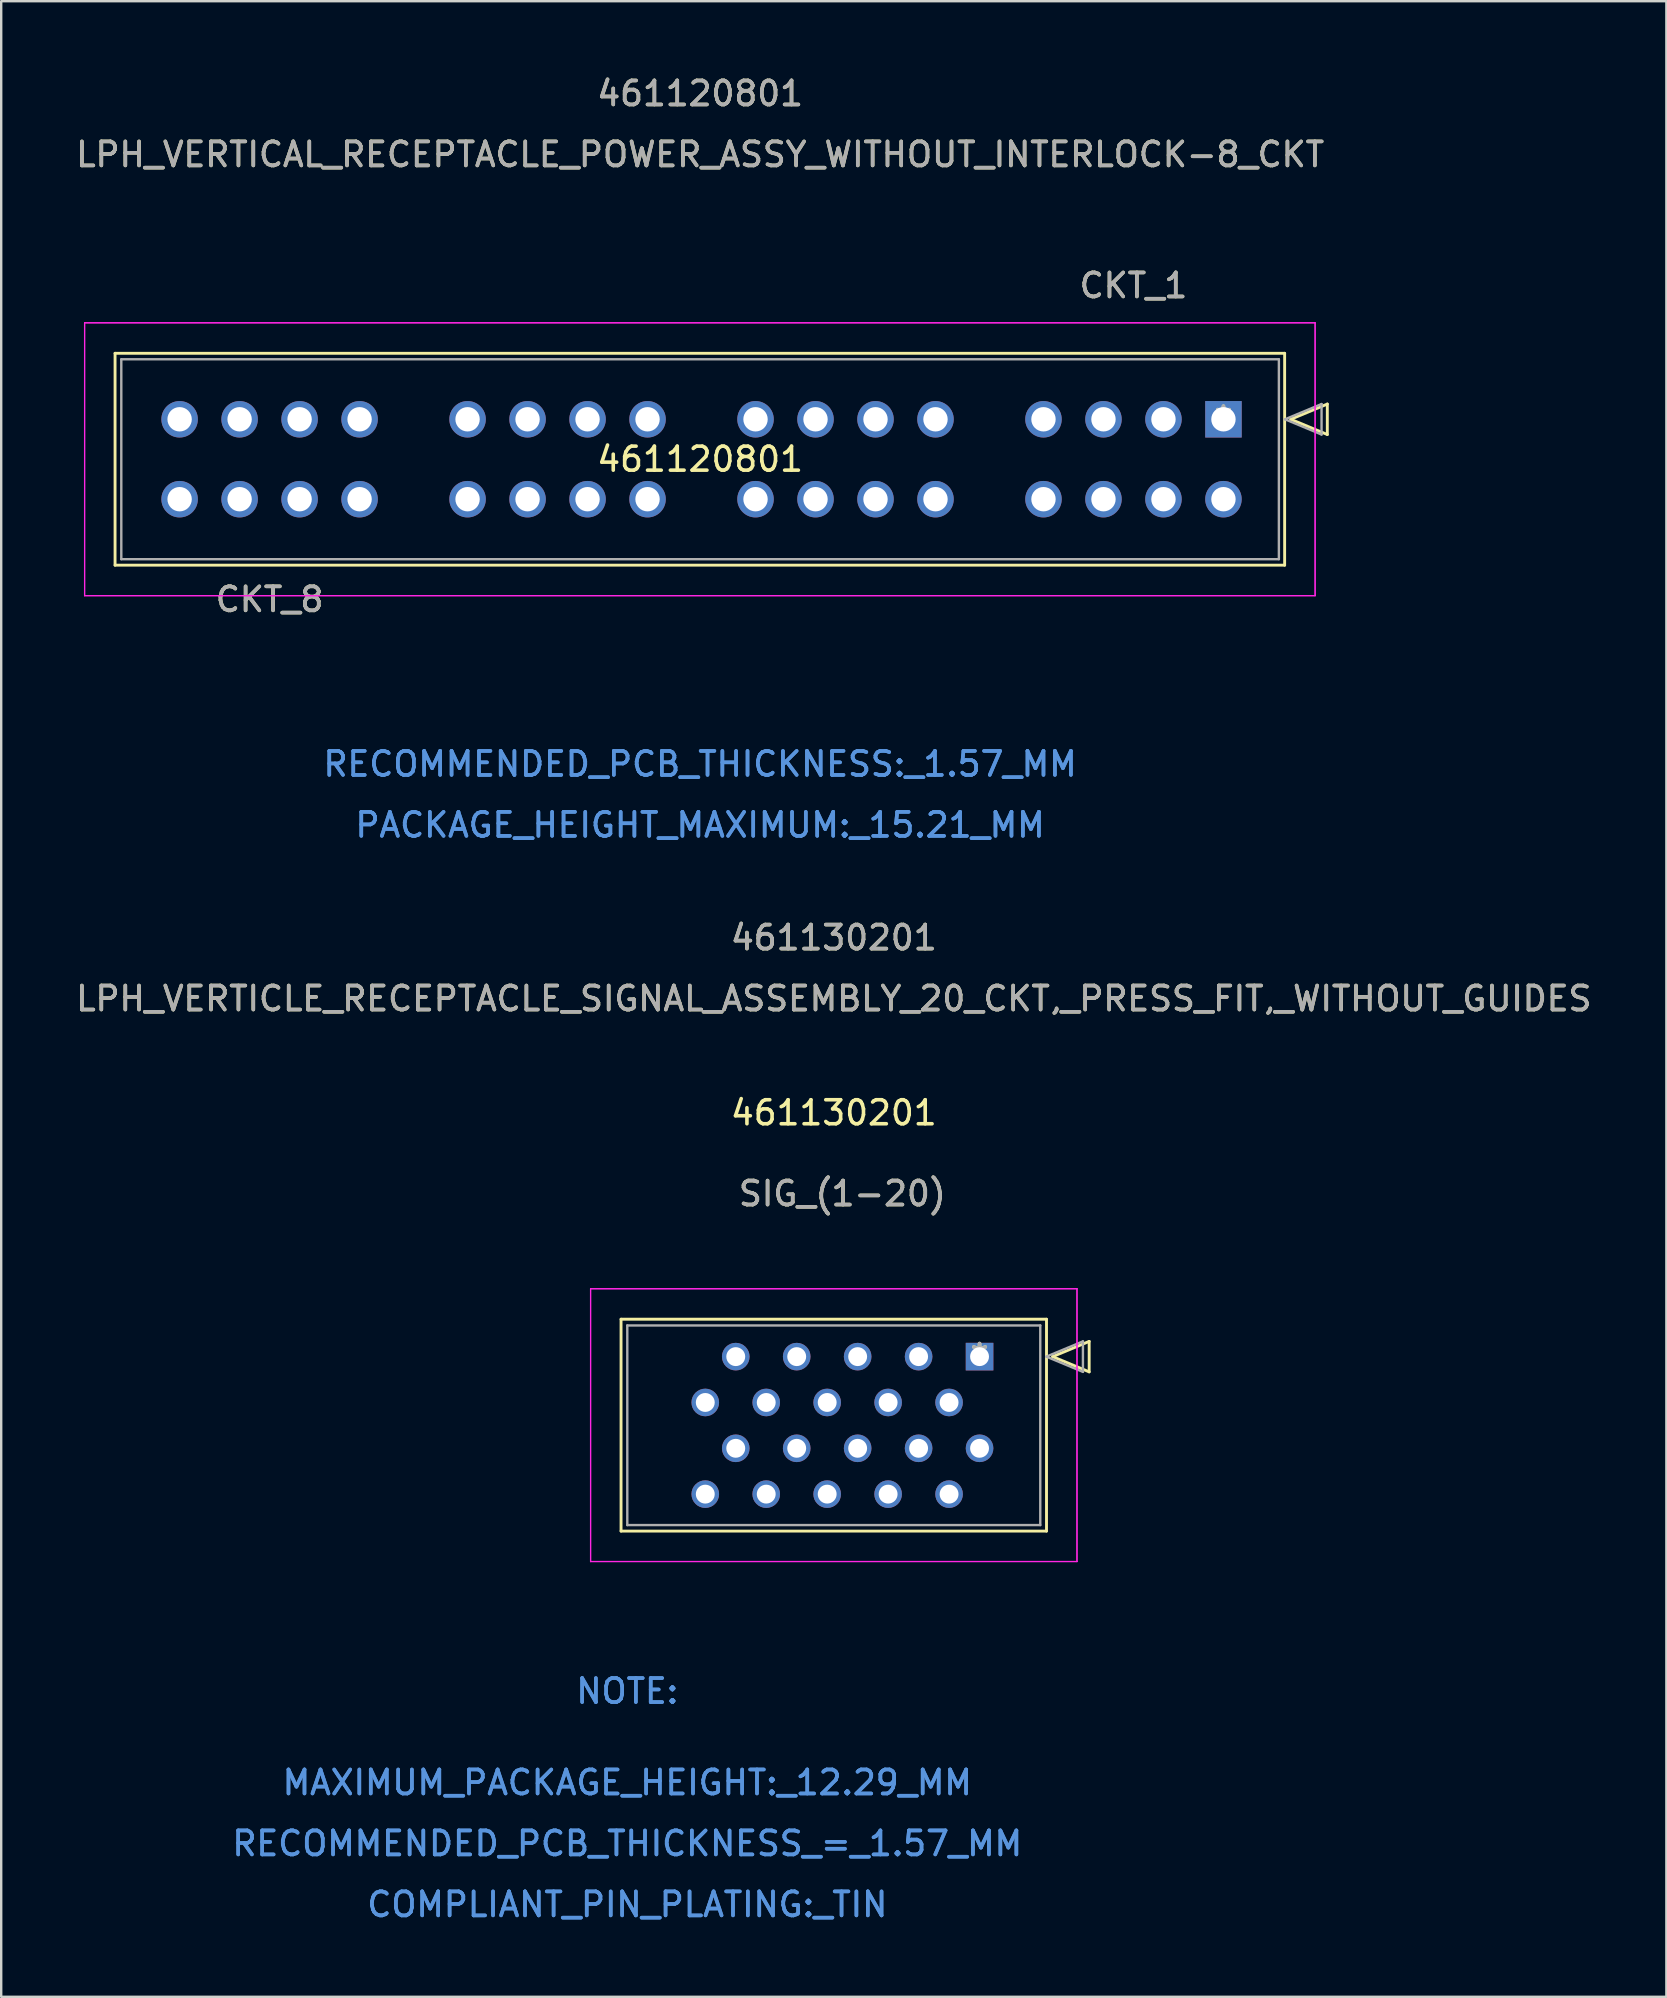
<source format=kicad_pcb>
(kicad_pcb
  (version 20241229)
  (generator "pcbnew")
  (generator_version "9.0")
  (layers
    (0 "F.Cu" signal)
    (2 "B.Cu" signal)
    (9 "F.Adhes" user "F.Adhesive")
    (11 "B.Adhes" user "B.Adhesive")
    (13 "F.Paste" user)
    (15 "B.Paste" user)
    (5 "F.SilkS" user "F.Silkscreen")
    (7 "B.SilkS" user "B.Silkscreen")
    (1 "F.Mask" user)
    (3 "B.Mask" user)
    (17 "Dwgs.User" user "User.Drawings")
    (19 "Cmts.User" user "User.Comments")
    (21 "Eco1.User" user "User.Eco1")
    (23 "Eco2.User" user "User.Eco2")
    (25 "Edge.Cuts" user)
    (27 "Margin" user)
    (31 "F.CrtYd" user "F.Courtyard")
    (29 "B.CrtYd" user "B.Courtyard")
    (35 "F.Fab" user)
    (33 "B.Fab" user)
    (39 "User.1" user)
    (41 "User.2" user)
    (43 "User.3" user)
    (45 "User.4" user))
  (footprint "461130201"
    (layer "F.Cu")
    (at 37.771 53.485)
    (property "Reference" "461130201" (at -6.075 -10.16 0) (layer "F.SilkS") (effects (font (size 1 1) (thickness 0.15))))
    (attr through_hole)
    (fp_line (start -14.94 -1.56) (end -14.94 7.27) (stroke (width 0.12) (type solid)) (layer "F.SilkS"))
    (fp_line (start -14.94 7.27) (end 2.79 7.27) (stroke (width 0.12) (type solid)) (layer "F.SilkS"))
    (fp_line (start 2.79 -1.56) (end -14.94 -1.56) (stroke (width 0.12) (type solid)) (layer "F.SilkS"))
    (fp_line (start 2.79 7.27) (end 2.79 -1.56) (stroke (width 0.12) (type solid)) (layer "F.SilkS"))
    (fp_line (start 3.044 0) (end 4.568 -0.635) (stroke (width 0.12) (type solid)) (layer "F.SilkS"))
    (fp_line (start 4.568 -0.635) (end 4.568 0.635) (stroke (width 0.12) (type solid)) (layer "F.SilkS"))
    (fp_line (start 4.568 0.635) (end 3.044 0) (stroke (width 0.12) (type solid)) (layer "F.SilkS"))
    (fp_line (start -16.21 -2.83) (end -16.21 8.54) (stroke (width 0.05) (type solid)) (layer "F.CrtYd"))
    (fp_line (start -16.21 -2.83) (end -16.21 8.54) (stroke (width 0.05) (type solid)) (layer "F.CrtYd"))
    (fp_line (start -16.21 8.54) (end 4.06 8.54) (stroke (width 0.05) (type solid)) (layer "F.CrtYd"))
    (fp_line (start -16.21 8.54) (end 4.06 8.54) (stroke (width 0.05) (type solid)) (layer "F.CrtYd"))
    (fp_line (start 4.06 -2.83) (end -16.21 -2.83) (stroke (width 0.05) (type solid)) (layer "F.CrtYd"))
    (fp_line (start 4.06 -2.83) (end -16.21 -2.83) (stroke (width 0.05) (type solid)) (layer "F.CrtYd"))
    (fp_line (start 4.06 8.54) (end 4.06 -2.83) (stroke (width 0.05) (type solid)) (layer "F.CrtYd"))
    (fp_line (start 4.06 8.54) (end 4.06 -2.83) (stroke (width 0.05) (type solid)) (layer "F.CrtYd"))
    (fp_line (start -14.68 -1.3) (end -14.68 7.02) (stroke (width 0.1) (type solid)) (layer "F.Fab"))
    (fp_line (start -14.68 7.02) (end 2.53 7.02) (stroke (width 0.1) (type solid)) (layer "F.Fab"))
    (fp_line (start 2.53 -1.3) (end -14.68 -1.3) (stroke (width 0.1) (type solid)) (layer "F.Fab"))
    (fp_line (start 2.53 7.02) (end 2.53 -1.3) (stroke (width 0.1) (type solid)) (layer "F.Fab"))
    (fp_line (start 2.784 0) (end 4.308 -0.635) (stroke (width 0.1) (type solid)) (layer "F.Fab"))
    (fp_line (start 4.308 -0.635) (end 4.308 0.635) (stroke (width 0.1) (type solid)) (layer "F.Fab"))
    (fp_line (start 4.308 0.635) (end 2.784 0) (stroke (width 0.1) (type solid)) (layer "F.Fab"))
    (fp_text user "SIG_(1-20)" (at -5.715 -6.792 0) (layer "F.SilkS") (effects (font (size 1 1) (thickness 0.15))))
    (fp_text user "LPH_VERTICLE_RECEPTACLE_SIGNAL_ASSEMBLY_20_CKT,_PRESS_FIT,_WITHOUT_GUIDES" (at -6.075 -14.92 0) (layer "F.SilkS") (effects (font (size 1 1) (thickness 0.15))))
    (fp_text user "*" (at 0 0 0) (layer "F.SilkS") (effects (font (size 1 1) (thickness 0.15))))
    (fp_text user "461130201" (at -6.075 -17.46 0) (layer "F.SilkS") (effects (font (size 1 1) (thickness 0.15))))
    (fp_text user "RECOMMENDED_PCB_THICKNESS_=_1.57_MM" (at -14.68 20.29 0) (layer "Cmts.User") (effects (font (size 1 1) (thickness 0.15))))
    (fp_text user "MAXIMUM_PACKAGE_HEIGHT:_12.29_MM" (at -14.68 17.75 0) (layer "Cmts.User") (effects (font (size 1 1) (thickness 0.15))))
    (fp_text user "COMPLIANT_PIN_PLATING:_TIN" (at -14.68 22.83 0) (layer "Cmts.User") (effects (font (size 1 1) (thickness 0.15))))
    (fp_text user "COMPLIANT_PIN_PLATING:_TIN" (at -14.68 22.83 0) (layer "Cmts.User") (effects (font (size 1 1) (thickness 0.15))))
    (fp_text user "NOTE:" (at -14.68 13.94 0) (layer "Cmts.User") (effects (font (size 1 1) (thickness 0.15))))
    (fp_text user "NOTE:" (at -14.68 13.94 0) (layer "Cmts.User") (effects (font (size 1 1) (thickness 0.15))))
    (fp_text user "MAXIMUM_PACKAGE_HEIGHT:_12.29_MM" (at -14.68 17.75 0) (layer "Cmts.User") (effects (font (size 1 1) (thickness 0.15))))
    (fp_text user "Copyright 2021 Accelerated Designs. All rights reserved." (at 0 0 0) (layer "Cmts.User") (effects (font (size 0.127 0.127) (thickness 0.002))))
    (fp_text user "RECOMMENDED_PCB_THICKNESS_=_1.57_MM" (at -14.68 20.29 0) (layer "Cmts.User") (effects (font (size 1 1) (thickness 0.15))))
    (fp_text user "SIG_(1-20)" (at -5.715 -6.792 0) (layer "F.Fab") (effects (font (size 1 1) (thickness 0.15))))
    (fp_text user "*" (at 0 0 0) (layer "F.Fab") (effects (font (size 1 1) (thickness 0.15))))
    (fp_text user "LPH_VERTICLE_RECEPTACLE_SIGNAL_ASSEMBLY_20_CKT,_PRESS_FIT,_WITHOUT_GUIDES" (at -6.075 -14.92 0) (layer "F.Fab") (effects (font (size 1 1) (thickness 0.15))))
    (fp_text user "461130201" (at -6.075 -17.46 0) (layer "F.Fab") (effects (font (size 1 1) (thickness 0.15))))
    (pad "1" thru_hole rect (at 0 0 90) (size 1.15 1.15) (drill 0.787) (layers "*.Cu" "*.Mask"))
    (pad "2" thru_hole circle (at -1.27 1.91 90) (size 1.15 1.15) (drill 0.787) (layers "*.Cu" "*.Mask"))
    (pad "3" thru_hole circle (at -2.54 0 90) (size 1.15 1.15) (drill 0.787) (layers "*.Cu" "*.Mask"))
    (pad "4" thru_hole circle (at -3.81 1.91 90) (size 1.15 1.15) (drill 0.787) (layers "*.Cu" "*.Mask"))
    (pad "5" thru_hole circle (at -5.08 0 90) (size 1.15 1.15) (drill 0.787) (layers "*.Cu" "*.Mask"))
    (pad "6" thru_hole circle (at -6.35 1.91 90) (size 1.15 1.15) (drill 0.787) (layers "*.Cu" "*.Mask"))
    (pad "7" thru_hole circle (at -7.62 0 90) (size 1.15 1.15) (drill 0.787) (layers "*.Cu" "*.Mask"))
    (pad "8" thru_hole circle (at -8.89 1.91 90) (size 1.15 1.15) (drill 0.787) (layers "*.Cu" "*.Mask"))
    (pad "9" thru_hole circle (at -10.16 0 90) (size 1.15 1.15) (drill 0.787) (layers "*.Cu" "*.Mask"))
    (pad "10" thru_hole circle (at -11.43 1.91 90) (size 1.15 1.15) (drill 0.787) (layers "*.Cu" "*.Mask"))
    (pad "11" thru_hole circle (at 0 3.82 90) (size 1.15 1.15) (drill 0.787) (layers "*.Cu" "*.Mask"))
    (pad "12" thru_hole circle (at -1.27 5.73 90) (size 1.15 1.15) (drill 0.787) (layers "*.Cu" "*.Mask"))
    (pad "13" thru_hole circle (at -2.54 3.82 90) (size 1.15 1.15) (drill 0.787) (layers "*.Cu" "*.Mask"))
    (pad "14" thru_hole circle (at -3.81 5.73 90) (size 1.15 1.15) (drill 0.787) (layers "*.Cu" "*.Mask"))
    (pad "15" thru_hole circle (at -5.08 3.82 90) (size 1.15 1.15) (drill 0.787) (layers "*.Cu" "*.Mask"))
    (pad "16" thru_hole circle (at -6.35 5.73 90) (size 1.15 1.15) (drill 0.787) (layers "*.Cu" "*.Mask"))
    (pad "17" thru_hole circle (at -7.62 3.82 90) (size 1.15 1.15) (drill 0.787) (layers "*.Cu" "*.Mask"))
    (pad "18" thru_hole circle (at -8.89 5.73 90) (size 1.15 1.15) (drill 0.787) (layers "*.Cu" "*.Mask"))
    (pad "19" thru_hole circle (at -10.16 3.82 90) (size 1.15 1.15) (drill 0.787) (layers "*.Cu" "*.Mask"))
    (pad "20" thru_hole circle (at -11.43 5.73 90) (size 1.15 1.15) (drill 0.787) (layers "*.Cu" "*.Mask")))
  (footprint "461120801"
    (layer "F.Cu")
    (at 47.935 14.423)
    (property "Reference" "461120801" (at -21.81 1.665 0) (layer "F.SilkS") (effects (font (size 1 1) (thickness 0.15))))
    (attr through_hole)
    (fp_line (start -46.19 -2.75) (end -46.19 6.08) (stroke (width 0.12) (type solid)) (layer "F.SilkS"))
    (fp_line (start -46.19 6.08) (end 2.55 6.08) (stroke (width 0.12) (type solid)) (layer "F.SilkS"))
    (fp_line (start 2.55 -2.75) (end -46.19 -2.75) (stroke (width 0.12) (type solid)) (layer "F.SilkS"))
    (fp_line (start 2.55 6.08) (end 2.55 -2.75) (stroke (width 0.12) (type solid)) (layer "F.SilkS"))
    (fp_line (start 2.804 0) (end 4.328 -0.635) (stroke (width 0.12) (type solid)) (layer "F.SilkS"))
    (fp_line (start 4.328 -0.635) (end 4.328 0.635) (stroke (width 0.12) (type solid)) (layer "F.SilkS"))
    (fp_line (start 4.328 0.635) (end 2.804 0) (stroke (width 0.12) (type solid)) (layer "F.SilkS"))
    (fp_line (start -47.46 -4.02) (end -47.46 7.35) (stroke (width 0.05) (type solid)) (layer "F.CrtYd"))
    (fp_line (start -47.46 -4.02) (end -47.46 7.35) (stroke (width 0.05) (type solid)) (layer "F.CrtYd"))
    (fp_line (start -47.46 7.35) (end 3.82 7.35) (stroke (width 0.05) (type solid)) (layer "F.CrtYd"))
    (fp_line (start -47.46 7.35) (end 3.82 7.35) (stroke (width 0.05) (type solid)) (layer "F.CrtYd"))
    (fp_line (start 3.82 -4.02) (end -47.46 -4.02) (stroke (width 0.05) (type solid)) (layer "F.CrtYd"))
    (fp_line (start 3.82 -4.02) (end -47.46 -4.02) (stroke (width 0.05) (type solid)) (layer "F.CrtYd"))
    (fp_line (start 3.82 7.35) (end 3.82 -4.02) (stroke (width 0.05) (type solid)) (layer "F.CrtYd"))
    (fp_line (start 3.82 7.35) (end 3.82 -4.02) (stroke (width 0.05) (type solid)) (layer "F.CrtYd"))
    (fp_line (start -45.93 -2.5) (end -45.93 5.83) (stroke (width 0.1) (type solid)) (layer "F.Fab"))
    (fp_line (start -45.93 5.83) (end 2.31 5.83) (stroke (width 0.1) (type solid)) (layer "F.Fab"))
    (fp_line (start 2.31 -2.5) (end -45.93 -2.5) (stroke (width 0.1) (type solid)) (layer "F.Fab"))
    (fp_line (start 2.31 5.83) (end 2.31 -2.5) (stroke (width 0.1) (type solid)) (layer "F.Fab"))
    (fp_line (start 2.564 0) (end 4.088 -0.635) (stroke (width 0.1) (type solid)) (layer "F.Fab"))
    (fp_line (start 4.088 -0.635) (end 4.088 0.635) (stroke (width 0.1) (type solid)) (layer "F.Fab"))
    (fp_line (start 4.088 0.635) (end 2.564 0) (stroke (width 0.1) (type solid)) (layer "F.Fab"))
    (fp_text user "LPH_VERTICAL_RECEPTACLE_POWER_ASSY_WITHOUT_INTERLOCK-8_CKT" (at -21.81 -11.035 0) (layer "F.SilkS") (effects (font (size 1 1) (thickness 0.15))))
    (fp_text user "CKT_8" (at -39.75 7.507 0) (layer "F.SilkS") (effects (font (size 1 1) (thickness 0.15))))
    (fp_text user "461120801" (at -21.81 -13.575 0) (layer "F.SilkS") (effects (font (size 1 1) (thickness 0.15))))
    (fp_text user "*" (at 0 0 0) (layer "F.SilkS") (effects (font (size 1 1) (thickness 0.15))))
    (fp_text user "CKT_1" (at -3.75 -5.574 0) (layer "F.SilkS") (effects (font (size 1 1) (thickness 0.15))))
    (fp_text user "PACKAGE_HEIGHT_MAXIMUM:_15.21_MM" (at -21.81 16.905 0) (layer "Cmts.User") (effects (font (size 1 1) (thickness 0.15))))
    (fp_text user "RECOMMENDED_PCB_THICKNESS:_1.57_MM" (at -21.81 14.365 0) (layer "Cmts.User") (effects (font (size 1 1) (thickness 0.15))))
    (fp_text user "PACKAGE_HEIGHT_MAXIMUM:_15.21_MM" (at -21.81 16.905 0) (layer "Cmts.User") (effects (font (size 1 1) (thickness 0.15))))
    (fp_text user "RECOMMENDED_PCB_THICKNESS:_1.57_MM" (at -21.81 14.365 0) (layer "Cmts.User") (effects (font (size 1 1) (thickness 0.15))))
    (fp_text user "Copyright 2021 Accelerated Designs. All rights reserved." (at 0 0 0) (layer "Cmts.User") (effects (font (size 0.127 0.127) (thickness 0.002))))
    (fp_text user "*" (at 0 0 0) (layer "F.Fab") (effects (font (size 1 1) (thickness 0.15))))
    (fp_text user "CKT_1" (at -3.75 -5.574 0) (layer "F.Fab") (effects (font (size 1 1) (thickness 0.15))))
    (fp_text user "461120801" (at -21.81 -13.575 0) (layer "F.Fab") (effects (font (size 1 1) (thickness 0.15))))
    (fp_text user "LPH_VERTICAL_RECEPTACLE_POWER_ASSY_WITHOUT_INTERLOCK-8_CKT" (at -21.81 -11.035 0) (layer "F.Fab") (effects (font (size 1 1) (thickness 0.15))))
    (fp_text user "CKT_8" (at -39.75 7.507 0) (layer "F.Fab") (effects (font (size 1 1) (thickness 0.15))))
    (pad "1" thru_hole rect (at 0 0) (size 1.52 1.52) (drill 1.016) (layers "*.Cu" "*.Mask"))
    (pad "2" thru_hole circle (at -2.5 0) (size 1.52 1.52) (drill 1.016) (layers "*.Cu" "*.Mask"))
    (pad "3" thru_hole circle (at -5 0) (size 1.52 1.52) (drill 1.016) (layers "*.Cu" "*.Mask"))
    (pad "4" thru_hole circle (at -7.5 0) (size 1.52 1.52) (drill 1.016) (layers "*.Cu" "*.Mask"))
    (pad "5" thru_hole circle (at -12 0) (size 1.52 1.52) (drill 1.016) (layers "*.Cu" "*.Mask"))
    (pad "6" thru_hole circle (at -14.5 0) (size 1.52 1.52) (drill 1.016) (layers "*.Cu" "*.Mask"))
    (pad "7" thru_hole circle (at -17 0) (size 1.52 1.52) (drill 1.016) (layers "*.Cu" "*.Mask"))
    (pad "8" thru_hole circle (at -19.5 0) (size 1.52 1.52) (drill 1.016) (layers "*.Cu" "*.Mask"))
    (pad "9" thru_hole circle (at -24 0) (size 1.52 1.52) (drill 1.016) (layers "*.Cu" "*.Mask"))
    (pad "10" thru_hole circle (at -26.5 0) (size 1.52 1.52) (drill 1.016) (layers "*.Cu" "*.Mask"))
    (pad "11" thru_hole circle (at -29 0) (size 1.52 1.52) (drill 1.016) (layers "*.Cu" "*.Mask"))
    (pad "12" thru_hole circle (at -31.5 0) (size 1.52 1.52) (drill 1.016) (layers "*.Cu" "*.Mask"))
    (pad "13" thru_hole circle (at -36 0) (size 1.52 1.52) (drill 1.016) (layers "*.Cu" "*.Mask"))
    (pad "14" thru_hole circle (at -38.5 0) (size 1.52 1.52) (drill 1.016) (layers "*.Cu" "*.Mask"))
    (pad "15" thru_hole circle (at -41 0) (size 1.52 1.52) (drill 1.016) (layers "*.Cu" "*.Mask"))
    (pad "16" thru_hole circle (at -43.5 0) (size 1.52 1.52) (drill 1.016) (layers "*.Cu" "*.Mask"))
    (pad "17" thru_hole circle (at 0 3.33) (size 1.52 1.52) (drill 1.016) (layers "*.Cu" "*.Mask"))
    (pad "18" thru_hole circle (at -2.5 3.33) (size 1.52 1.52) (drill 1.016) (layers "*.Cu" "*.Mask"))
    (pad "19" thru_hole circle (at -5 3.33) (size 1.52 1.52) (drill 1.016) (layers "*.Cu" "*.Mask"))
    (pad "20" thru_hole circle (at -7.5 3.33) (size 1.52 1.52) (drill 1.016) (layers "*.Cu" "*.Mask"))
    (pad "21" thru_hole circle (at -12 3.33) (size 1.52 1.52) (drill 1.016) (layers "*.Cu" "*.Mask"))
    (pad "22" thru_hole circle (at -14.5 3.33) (size 1.52 1.52) (drill 1.016) (layers "*.Cu" "*.Mask"))
    (pad "23" thru_hole circle (at -17 3.33) (size 1.52 1.52) (drill 1.016) (layers "*.Cu" "*.Mask"))
    (pad "24" thru_hole circle (at -19.5 3.33) (size 1.52 1.52) (drill 1.016) (layers "*.Cu" "*.Mask"))
    (pad "25" thru_hole circle (at -24 3.33) (size 1.52 1.52) (drill 1.016) (layers "*.Cu" "*.Mask"))
    (pad "26" thru_hole circle (at -26.5 3.33) (size 1.52 1.52) (drill 1.016) (layers "*.Cu" "*.Mask"))
    (pad "27" thru_hole circle (at -29 3.33) (size 1.52 1.52) (drill 1.016) (layers "*.Cu" "*.Mask"))
    (pad "28" thru_hole circle (at -31.5 3.33) (size 1.52 1.52) (drill 1.016) (layers "*.Cu" "*.Mask"))
    (pad "29" thru_hole circle (at -36 3.33) (size 1.52 1.52) (drill 1.016) (layers "*.Cu" "*.Mask"))
    (pad "30" thru_hole circle (at -38.5 3.33) (size 1.52 1.52) (drill 1.016) (layers "*.Cu" "*.Mask"))
    (pad "31" thru_hole circle (at -41 3.33) (size 1.52 1.52) (drill 1.016) (layers "*.Cu" "*.Mask"))
    (pad "32" thru_hole circle (at -43.5 3.33) (size 1.52 1.52) (drill 1.016) (layers "*.Cu" "*.Mask")))
  (gr_rect
    (start -3 -3)
    (end 66.393 80.163)
    (stroke (width 0.1) (type default))
    (fill no)
    (layer "Edge.Cuts")))
</source>
